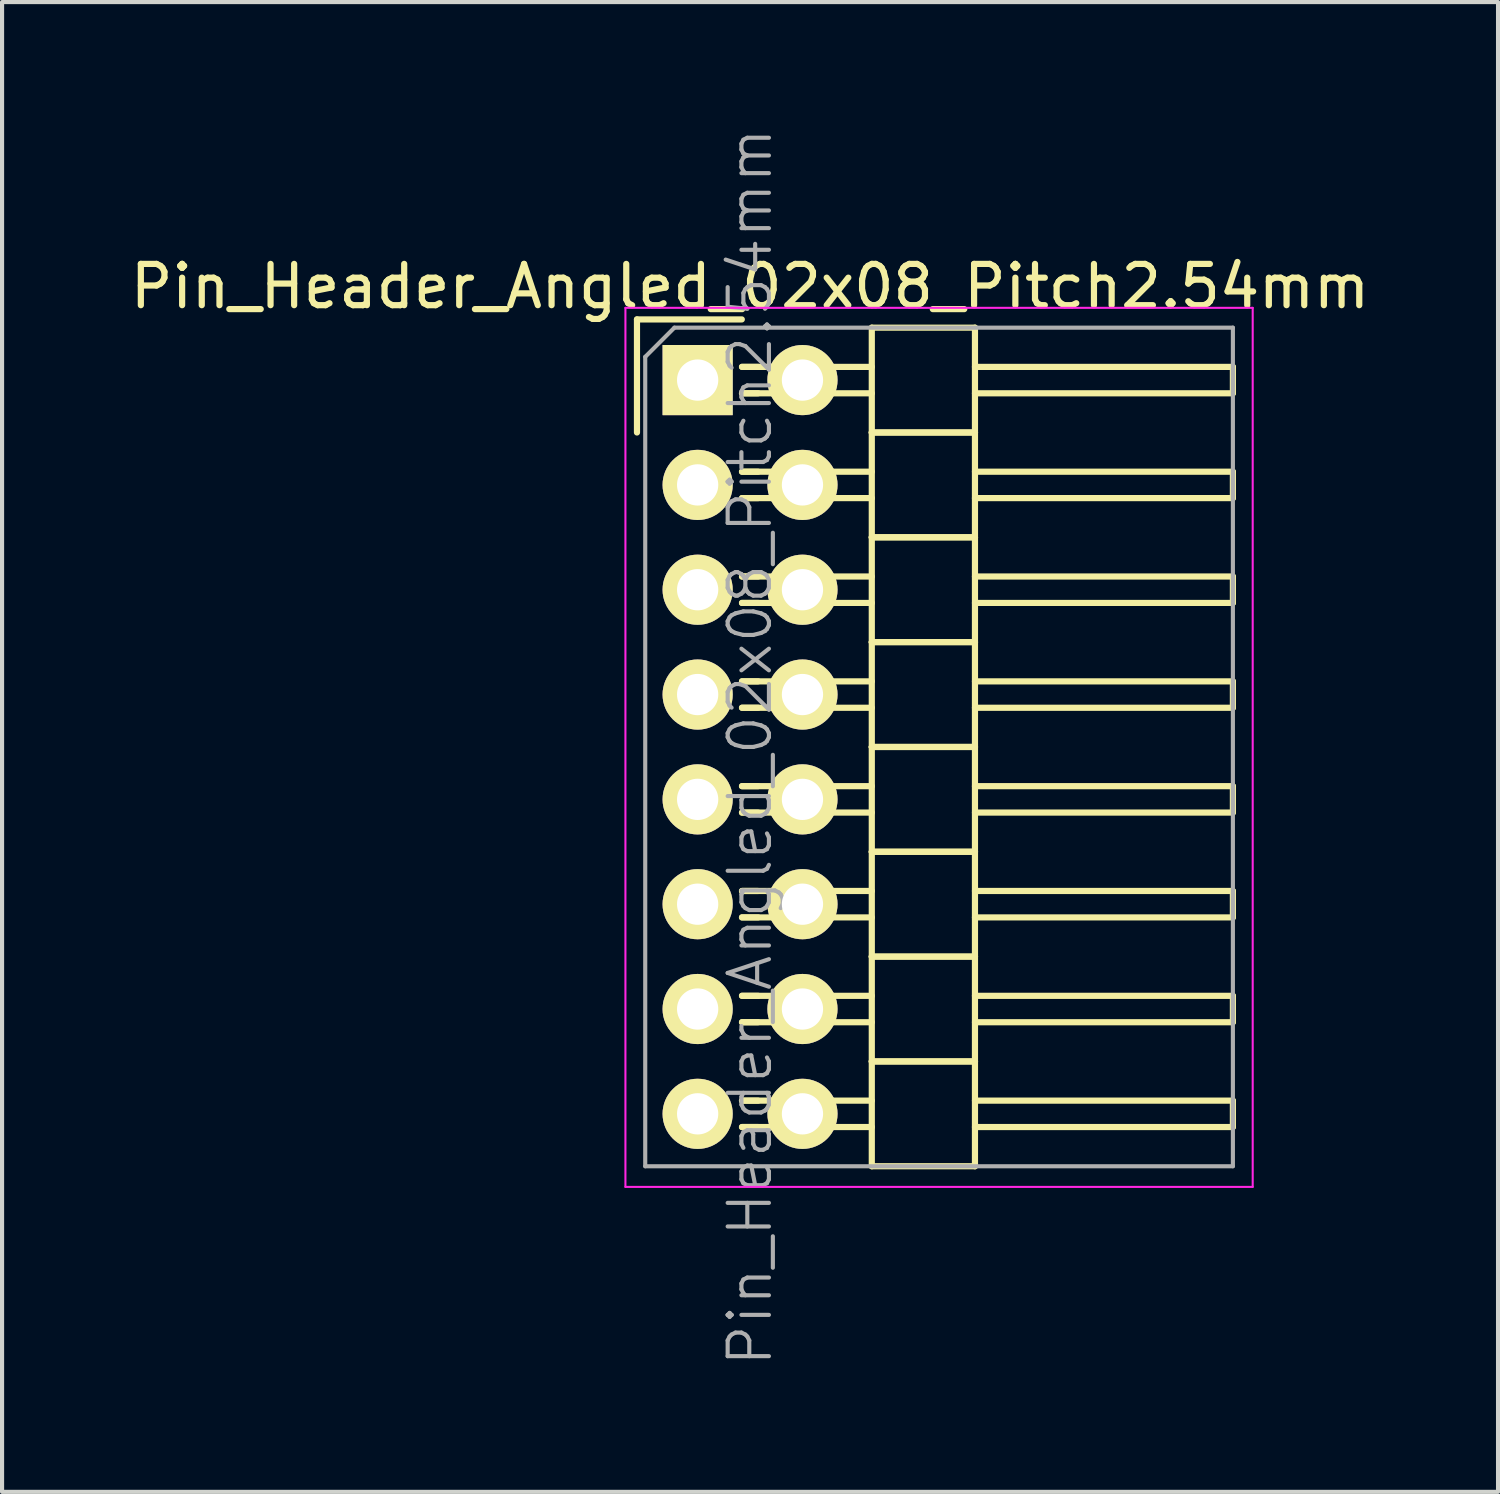
<source format=kicad_pcb>
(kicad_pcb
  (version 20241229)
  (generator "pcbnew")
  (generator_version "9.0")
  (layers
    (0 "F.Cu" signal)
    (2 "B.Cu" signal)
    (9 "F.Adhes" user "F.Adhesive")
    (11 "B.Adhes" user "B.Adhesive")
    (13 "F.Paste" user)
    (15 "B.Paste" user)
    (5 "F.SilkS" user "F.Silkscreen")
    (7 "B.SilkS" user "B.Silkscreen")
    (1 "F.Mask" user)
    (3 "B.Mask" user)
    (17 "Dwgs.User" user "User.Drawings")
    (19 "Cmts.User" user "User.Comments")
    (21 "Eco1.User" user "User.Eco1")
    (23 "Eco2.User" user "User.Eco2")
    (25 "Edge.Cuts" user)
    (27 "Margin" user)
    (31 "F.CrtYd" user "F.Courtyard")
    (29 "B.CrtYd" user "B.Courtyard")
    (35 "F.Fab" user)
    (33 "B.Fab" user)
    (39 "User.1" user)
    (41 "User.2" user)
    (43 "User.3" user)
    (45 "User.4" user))
  (footprint "Pin_Header_Angled_02x08_Pitch2.54mm"
    (layer "F.Cu")
    (at 13.855 6.16)
    (property "Reference" "Pin_Header_Angled_02x08_Pitch2.54mm" (at 1.27 -2.27 0) (layer "F.SilkS") (effects (font (size 1 1) (thickness 0.15))))
    (attr smd)
    (fp_line (start -1.47 -1.47) (end -1.47 1.27) (stroke (width 0.15) (type solid)) (layer "F.SilkS"))
    (fp_line (start -1.47 -1.47) (end 1.07 -1.47) (stroke (width 0.15) (type solid)) (layer "F.SilkS"))
    (fp_line (start 1.465 -0.32) (end 1.075 -0.32) (stroke (width 0.15) (type solid)) (layer "F.SilkS"))
    (fp_line (start 1.465 0.32) (end 1.075 0.32) (stroke (width 0.15) (type solid)) (layer "F.SilkS"))
    (fp_line (start 1.465 2.22) (end 1.075 2.22) (stroke (width 0.15) (type solid)) (layer "F.SilkS"))
    (fp_line (start 1.465 2.86) (end 1.075 2.86) (stroke (width 0.15) (type solid)) (layer "F.SilkS"))
    (fp_line (start 1.465 4.76) (end 1.075 4.76) (stroke (width 0.15) (type solid)) (layer "F.SilkS"))
    (fp_line (start 1.465 5.4) (end 1.075 5.4) (stroke (width 0.15) (type solid)) (layer "F.SilkS"))
    (fp_line (start 1.465 7.3) (end 1.075 7.3) (stroke (width 0.15) (type solid)) (layer "F.SilkS"))
    (fp_line (start 1.465 7.94) (end 1.075 7.94) (stroke (width 0.15) (type solid)) (layer "F.SilkS"))
    (fp_line (start 1.465 9.84) (end 1.075 9.84) (stroke (width 0.15) (type solid)) (layer "F.SilkS"))
    (fp_line (start 1.465 10.48) (end 1.075 10.48) (stroke (width 0.15) (type solid)) (layer "F.SilkS"))
    (fp_line (start 1.465 12.38) (end 1.075 12.38) (stroke (width 0.15) (type solid)) (layer "F.SilkS"))
    (fp_line (start 1.465 13.02) (end 1.075 13.02) (stroke (width 0.15) (type solid)) (layer "F.SilkS"))
    (fp_line (start 1.465 14.92) (end 1.075 14.92) (stroke (width 0.15) (type solid)) (layer "F.SilkS"))
    (fp_line (start 1.465 15.56) (end 1.075 15.56) (stroke (width 0.15) (type solid)) (layer "F.SilkS"))
    (fp_line (start 1.465 17.46) (end 1.075 17.46) (stroke (width 0.15) (type solid)) (layer "F.SilkS"))
    (fp_line (start 1.465 18.1) (end 1.075 18.1) (stroke (width 0.15) (type solid)) (layer "F.SilkS"))
    (fp_line (start 4.22 -0.32) (end 1.075 -0.32) (stroke (width 0.15) (type solid)) (layer "F.SilkS"))
    (fp_line (start 4.22 0.32) (end 1.075 0.32) (stroke (width 0.15) (type solid)) (layer "F.SilkS"))
    (fp_line (start 4.22 1.27) (end 4.22 -1.27) (stroke (width 0.15) (type solid)) (layer "F.SilkS"))
    (fp_line (start 4.22 2.22) (end 1.075 2.22) (stroke (width 0.15) (type solid)) (layer "F.SilkS"))
    (fp_line (start 4.22 2.86) (end 1.075 2.86) (stroke (width 0.15) (type solid)) (layer "F.SilkS"))
    (fp_line (start 4.22 3.81) (end 4.22 1.27) (stroke (width 0.15) (type solid)) (layer "F.SilkS"))
    (fp_line (start 4.22 4.76) (end 1.075 4.76) (stroke (width 0.15) (type solid)) (layer "F.SilkS"))
    (fp_line (start 4.22 5.4) (end 1.075 5.4) (stroke (width 0.15) (type solid)) (layer "F.SilkS"))
    (fp_line (start 4.22 6.35) (end 4.22 3.81) (stroke (width 0.15) (type solid)) (layer "F.SilkS"))
    (fp_line (start 4.22 7.3) (end 1.075 7.3) (stroke (width 0.15) (type solid)) (layer "F.SilkS"))
    (fp_line (start 4.22 7.94) (end 1.075 7.94) (stroke (width 0.15) (type solid)) (layer "F.SilkS"))
    (fp_line (start 4.22 8.89) (end 4.22 6.35) (stroke (width 0.15) (type solid)) (layer "F.SilkS"))
    (fp_line (start 4.22 9.84) (end 1.075 9.84) (stroke (width 0.15) (type solid)) (layer "F.SilkS"))
    (fp_line (start 4.22 10.48) (end 1.075 10.48) (stroke (width 0.15) (type solid)) (layer "F.SilkS"))
    (fp_line (start 4.22 11.43) (end 4.22 8.89) (stroke (width 0.15) (type solid)) (layer "F.SilkS"))
    (fp_line (start 4.22 12.38) (end 1.075 12.38) (stroke (width 0.15) (type solid)) (layer "F.SilkS"))
    (fp_line (start 4.22 13.02) (end 1.075 13.02) (stroke (width 0.15) (type solid)) (layer "F.SilkS"))
    (fp_line (start 4.22 13.97) (end 4.22 11.43) (stroke (width 0.15) (type solid)) (layer "F.SilkS"))
    (fp_line (start 4.22 14.92) (end 1.075 14.92) (stroke (width 0.15) (type solid)) (layer "F.SilkS"))
    (fp_line (start 4.22 15.56) (end 1.075 15.56) (stroke (width 0.15) (type solid)) (layer "F.SilkS"))
    (fp_line (start 4.22 16.51) (end 4.22 13.97) (stroke (width 0.15) (type solid)) (layer "F.SilkS"))
    (fp_line (start 4.22 17.46) (end 1.075 17.46) (stroke (width 0.15) (type solid)) (layer "F.SilkS"))
    (fp_line (start 4.22 18.1) (end 1.075 18.1) (stroke (width 0.15) (type solid)) (layer "F.SilkS"))
    (fp_line (start 4.22 19.05) (end 4.22 16.51) (stroke (width 0.15) (type solid)) (layer "F.SilkS"))
    (fp_line (start 6.72 -1.27) (end 4.22 -1.27) (stroke (width 0.15) (type solid)) (layer "F.SilkS"))
    (fp_line (start 6.72 -0.32) (end 12.97 -0.32) (stroke (width 0.15) (type solid)) (layer "F.SilkS"))
    (fp_line (start 6.72 0.32) (end 12.97 0.32) (stroke (width 0.15) (type solid)) (layer "F.SilkS"))
    (fp_line (start 6.72 1.27) (end 4.22 1.27) (stroke (width 0.15) (type solid)) (layer "F.SilkS"))
    (fp_line (start 6.72 1.27) (end 4.22 1.27) (stroke (width 0.15) (type solid)) (layer "F.SilkS"))
    (fp_line (start 6.72 1.27) (end 6.72 -1.27) (stroke (width 0.15) (type solid)) (layer "F.SilkS"))
    (fp_line (start 6.72 2.22) (end 12.97 2.22) (stroke (width 0.15) (type solid)) (layer "F.SilkS"))
    (fp_line (start 6.72 2.86) (end 12.97 2.86) (stroke (width 0.15) (type solid)) (layer "F.SilkS"))
    (fp_line (start 6.72 3.81) (end 4.22 3.81) (stroke (width 0.15) (type solid)) (layer "F.SilkS"))
    (fp_line (start 6.72 3.81) (end 4.22 3.81) (stroke (width 0.15) (type solid)) (layer "F.SilkS"))
    (fp_line (start 6.72 3.81) (end 6.72 1.27) (stroke (width 0.15) (type solid)) (layer "F.SilkS"))
    (fp_line (start 6.72 4.76) (end 12.97 4.76) (stroke (width 0.15) (type solid)) (layer "F.SilkS"))
    (fp_line (start 6.72 5.4) (end 12.97 5.4) (stroke (width 0.15) (type solid)) (layer "F.SilkS"))
    (fp_line (start 6.72 6.35) (end 4.22 6.35) (stroke (width 0.15) (type solid)) (layer "F.SilkS"))
    (fp_line (start 6.72 6.35) (end 4.22 6.35) (stroke (width 0.15) (type solid)) (layer "F.SilkS"))
    (fp_line (start 6.72 6.35) (end 6.72 3.81) (stroke (width 0.15) (type solid)) (layer "F.SilkS"))
    (fp_line (start 6.72 7.3) (end 12.97 7.3) (stroke (width 0.15) (type solid)) (layer "F.SilkS"))
    (fp_line (start 6.72 7.94) (end 12.97 7.94) (stroke (width 0.15) (type solid)) (layer "F.SilkS"))
    (fp_line (start 6.72 8.89) (end 4.22 8.89) (stroke (width 0.15) (type solid)) (layer "F.SilkS"))
    (fp_line (start 6.72 8.89) (end 4.22 8.89) (stroke (width 0.15) (type solid)) (layer "F.SilkS"))
    (fp_line (start 6.72 8.89) (end 6.72 6.35) (stroke (width 0.15) (type solid)) (layer "F.SilkS"))
    (fp_line (start 6.72 9.84) (end 12.97 9.84) (stroke (width 0.15) (type solid)) (layer "F.SilkS"))
    (fp_line (start 6.72 10.48) (end 12.97 10.48) (stroke (width 0.15) (type solid)) (layer "F.SilkS"))
    (fp_line (start 6.72 11.43) (end 4.22 11.43) (stroke (width 0.15) (type solid)) (layer "F.SilkS"))
    (fp_line (start 6.72 11.43) (end 4.22 11.43) (stroke (width 0.15) (type solid)) (layer "F.SilkS"))
    (fp_line (start 6.72 11.43) (end 6.72 8.89) (stroke (width 0.15) (type solid)) (layer "F.SilkS"))
    (fp_line (start 6.72 12.38) (end 12.97 12.38) (stroke (width 0.15) (type solid)) (layer "F.SilkS"))
    (fp_line (start 6.72 13.02) (end 12.97 13.02) (stroke (width 0.15) (type solid)) (layer "F.SilkS"))
    (fp_line (start 6.72 13.97) (end 4.22 13.97) (stroke (width 0.15) (type solid)) (layer "F.SilkS"))
    (fp_line (start 6.72 13.97) (end 4.22 13.97) (stroke (width 0.15) (type solid)) (layer "F.SilkS"))
    (fp_line (start 6.72 13.97) (end 6.72 11.43) (stroke (width 0.15) (type solid)) (layer "F.SilkS"))
    (fp_line (start 6.72 14.92) (end 12.97 14.92) (stroke (width 0.15) (type solid)) (layer "F.SilkS"))
    (fp_line (start 6.72 15.56) (end 12.97 15.56) (stroke (width 0.15) (type solid)) (layer "F.SilkS"))
    (fp_line (start 6.72 16.51) (end 4.22 16.51) (stroke (width 0.15) (type solid)) (layer "F.SilkS"))
    (fp_line (start 6.72 16.51) (end 4.22 16.51) (stroke (width 0.15) (type solid)) (layer "F.SilkS"))
    (fp_line (start 6.72 16.51) (end 6.72 13.97) (stroke (width 0.15) (type solid)) (layer "F.SilkS"))
    (fp_line (start 6.72 17.46) (end 12.97 17.46) (stroke (width 0.15) (type solid)) (layer "F.SilkS"))
    (fp_line (start 6.72 18.1) (end 12.97 18.1) (stroke (width 0.15) (type solid)) (layer "F.SilkS"))
    (fp_line (start 6.72 19.05) (end 4.22 19.05) (stroke (width 0.15) (type solid)) (layer "F.SilkS"))
    (fp_line (start 6.72 19.05) (end 6.72 16.51) (stroke (width 0.15) (type solid)) (layer "F.SilkS"))
    (fp_line (start 12.97 0.32) (end 12.97 -0.32) (stroke (width 0.15) (type solid)) (layer "F.SilkS"))
    (fp_line (start 12.97 2.86) (end 12.97 2.22) (stroke (width 0.15) (type solid)) (layer "F.SilkS"))
    (fp_line (start 12.97 5.4) (end 12.97 4.76) (stroke (width 0.15) (type solid)) (layer "F.SilkS"))
    (fp_line (start 12.97 7.94) (end 12.97 7.3) (stroke (width 0.15) (type solid)) (layer "F.SilkS"))
    (fp_line (start 12.97 10.48) (end 12.97 9.84) (stroke (width 0.15) (type solid)) (layer "F.SilkS"))
    (fp_line (start 12.97 13.02) (end 12.97 12.38) (stroke (width 0.15) (type solid)) (layer "F.SilkS"))
    (fp_line (start 12.97 15.56) (end 12.97 14.92) (stroke (width 0.15) (type solid)) (layer "F.SilkS"))
    (fp_line (start 12.97 18.1) (end 12.97 17.46) (stroke (width 0.15) (type solid)) (layer "F.SilkS"))
    (fp_line (start -1.75 -1.75) (end -1.75 19.55) (stroke (width 0.05) (type solid)) (layer "F.CrtYd"))
    (fp_line (start 13.45 -1.75) (end -1.75 -1.75) (stroke (width 0.05) (type solid)) (layer "F.CrtYd"))
    (fp_line (start 13.45 -1.75) (end 13.45 19.55) (stroke (width 0.05) (type solid)) (layer "F.CrtYd"))
    (fp_line (start 13.45 19.55) (end -1.75 19.55) (stroke (width 0.05) (type solid)) (layer "F.CrtYd"))
    (fp_line (start -1.27 -0.563) (end -0.563 -1.27) (stroke (width 0.1) (type solid)) (layer "F.Fab"))
    (fp_line (start -1.27 19.05) (end -1.27 -0.563) (stroke (width 0.1) (type solid)) (layer "F.Fab"))
    (fp_line (start 12.97 -1.27) (end -0.563 -1.27) (stroke (width 0.1) (type solid)) (layer "F.Fab"))
    (fp_line (start 12.97 19.05) (end -1.27 19.05) (stroke (width 0.1) (type solid)) (layer "F.Fab"))
    (fp_line (start 12.97 19.05) (end 12.97 -1.27) (stroke (width 0.1) (type solid)) (layer "F.Fab"))
    (fp_text user "${REFERENCE}" (at 1.27 8.89 90) (layer "F.Fab") (effects (font (size 1 1) (thickness 0.1))))
    (pad "1" thru_hole rect (at 0 0) (size 1.7 1.7) (drill 1) (layers "*.Cu" "*.Mask" "F.SilkS"))
    (pad "2" thru_hole oval (at 2.54 0) (size 1.7 1.7) (drill 1) (layers "*.Cu" "*.Mask" "F.SilkS"))
    (pad "3" thru_hole oval (at 0 2.54) (size 1.7 1.7) (drill 1) (layers "*.Cu" "*.Mask" "F.SilkS"))
    (pad "4" thru_hole oval (at 2.54 2.54) (size 1.7 1.7) (drill 1) (layers "*.Cu" "*.Mask" "F.SilkS"))
    (pad "5" thru_hole oval (at 0 5.08) (size 1.7 1.7) (drill 1) (layers "*.Cu" "*.Mask" "F.SilkS"))
    (pad "6" thru_hole oval (at 2.54 5.08) (size 1.7 1.7) (drill 1) (layers "*.Cu" "*.Mask" "F.SilkS"))
    (pad "7" thru_hole oval (at 0 7.62) (size 1.7 1.7) (drill 1) (layers "*.Cu" "*.Mask" "F.SilkS"))
    (pad "8" thru_hole oval (at 2.54 7.62) (size 1.7 1.7) (drill 1) (layers "*.Cu" "*.Mask" "F.SilkS"))
    (pad "9" thru_hole oval (at 0 10.16) (size 1.7 1.7) (drill 1) (layers "*.Cu" "*.Mask" "F.SilkS"))
    (pad "10" thru_hole oval (at 2.54 10.16) (size 1.7 1.7) (drill 1) (layers "*.Cu" "*.Mask" "F.SilkS"))
    (pad "11" thru_hole oval (at 0 12.7) (size 1.7 1.7) (drill 1) (layers "*.Cu" "*.Mask" "F.SilkS"))
    (pad "12" thru_hole oval (at 2.54 12.7) (size 1.7 1.7) (drill 1) (layers "*.Cu" "*.Mask" "F.SilkS"))
    (pad "13" thru_hole oval (at 0 15.24) (size 1.7 1.7) (drill 1) (layers "*.Cu" "*.Mask" "F.SilkS"))
    (pad "14" thru_hole oval (at 2.54 15.24) (size 1.7 1.7) (drill 1) (layers "*.Cu" "*.Mask" "F.SilkS"))
    (pad "15" thru_hole oval (at 0 17.78) (size 1.7 1.7) (drill 1) (layers "*.Cu" "*.Mask" "F.SilkS"))
    (pad "16" thru_hole oval (at 2.54 17.78) (size 1.7 1.7) (drill 1) (layers "*.Cu" "*.Mask" "F.SilkS")))
  (gr_rect
    (start -3 -3)
    (end 33.25 33.1)
    (stroke (width 0.1) (type default))
    (fill no)
    (layer "Edge.Cuts")))
</source>
